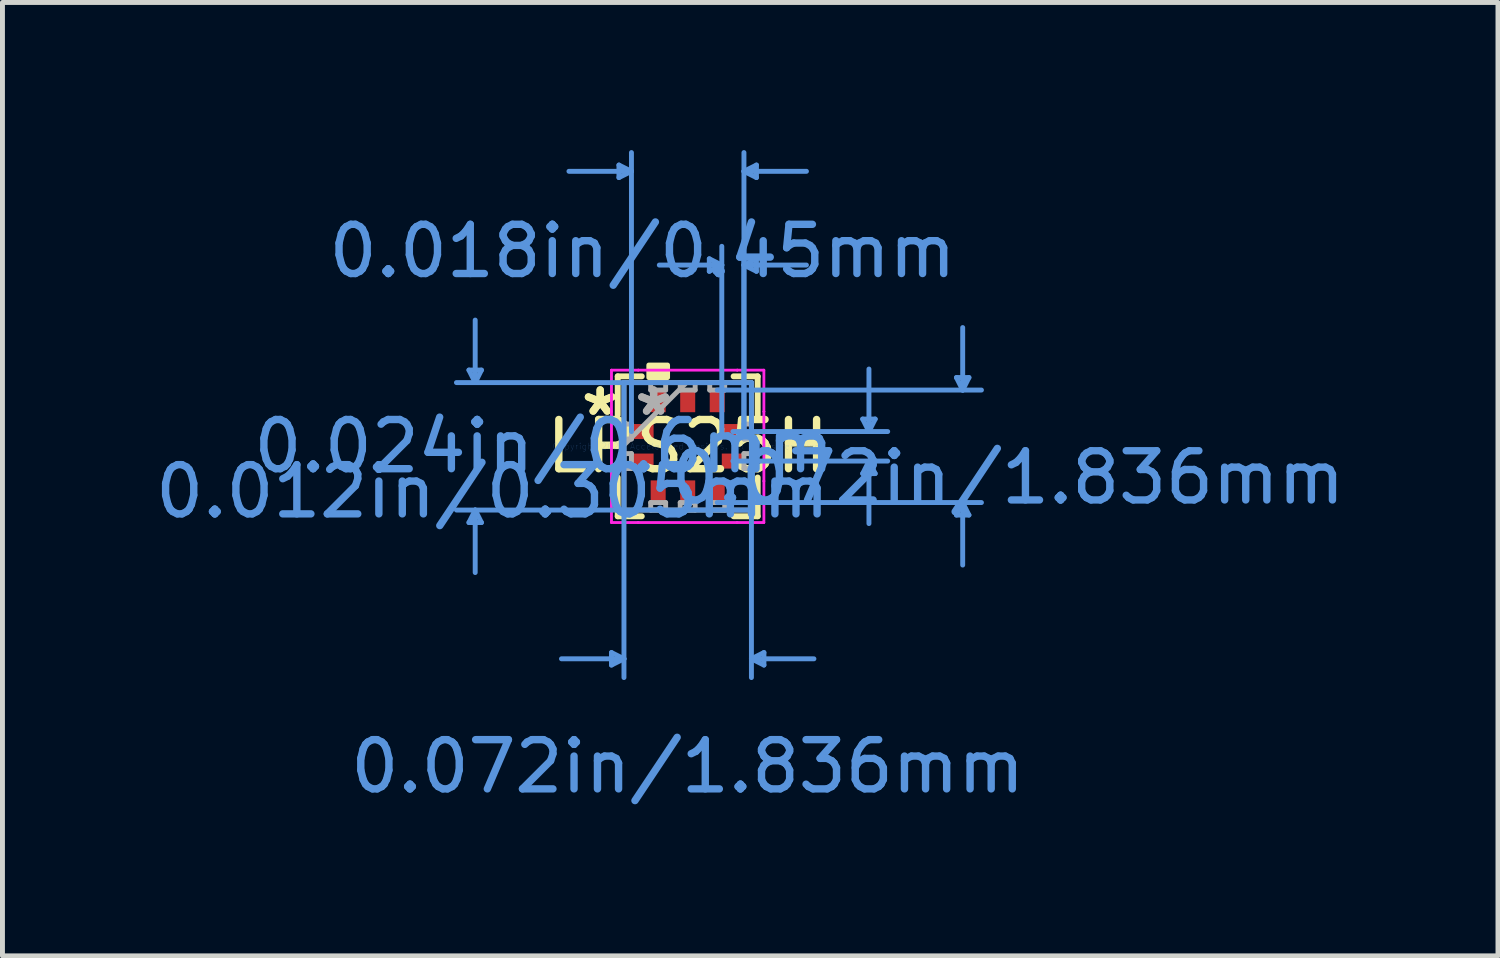
<source format=kicad_pcb>
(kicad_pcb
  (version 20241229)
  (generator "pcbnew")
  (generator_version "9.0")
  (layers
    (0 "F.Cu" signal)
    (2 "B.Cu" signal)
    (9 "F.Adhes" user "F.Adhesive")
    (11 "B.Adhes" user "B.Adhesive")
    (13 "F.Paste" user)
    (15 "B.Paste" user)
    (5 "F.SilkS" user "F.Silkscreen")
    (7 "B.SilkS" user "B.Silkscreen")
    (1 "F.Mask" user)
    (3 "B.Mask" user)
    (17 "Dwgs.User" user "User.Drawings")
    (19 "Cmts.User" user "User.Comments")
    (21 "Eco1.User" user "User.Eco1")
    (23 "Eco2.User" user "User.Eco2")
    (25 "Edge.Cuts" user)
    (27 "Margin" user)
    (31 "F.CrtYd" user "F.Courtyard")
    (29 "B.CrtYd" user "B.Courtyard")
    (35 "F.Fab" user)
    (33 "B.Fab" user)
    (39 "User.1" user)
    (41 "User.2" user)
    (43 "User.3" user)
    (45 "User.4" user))
  (footprint "LPS25H"
    (layer "F.Cu")
    (at 10.924 6.019)
    (property "Reference" "LPS25H" (at 0 0 0) (layer "F.SilkS") (effects (font (size 1 1) (thickness 0.15))))
    (attr through_hole)
    (fp_line (start -1.422 -1.422) (end -1.422 -0.633) (stroke (width 0.12) (type solid)) (layer "F.SilkS"))
    (fp_line (start -1.422 0.633) (end -1.422 1.422) (stroke (width 0.12) (type solid)) (layer "F.SilkS"))
    (fp_line (start -1.422 1.422) (end -0.933 1.422) (stroke (width 0.12) (type solid)) (layer "F.SilkS"))
    (fp_line (start -0.933 -1.422) (end -1.422 -1.422) (stroke (width 0.12) (type solid)) (layer "F.SilkS"))
    (fp_line (start 0.933 1.422) (end 1.422 1.422) (stroke (width 0.12) (type solid)) (layer "F.SilkS"))
    (fp_line (start 1.422 -1.422) (end 0.933 -1.422) (stroke (width 0.12) (type solid)) (layer "F.SilkS"))
    (fp_line (start 1.422 -0.633) (end 1.422 -1.422) (stroke (width 0.12) (type solid)) (layer "F.SilkS"))
    (fp_line (start 1.422 1.422) (end 1.422 0.633) (stroke (width 0.12) (type solid)) (layer "F.SilkS"))
    (fp_poly (pts (xy -0.79 -1.397) (xy -0.79 -1.651) (xy -0.409 -1.651) (xy -0.409 -1.397)) (stroke (width 0.1) (type solid)) (fill yes) (layer "F.SilkS"))
    (fp_line (start -4.445 -1.549) (end -4.191 -1.549) (stroke (width 0.1) (type solid)) (layer "Cmts.User"))
    (fp_line (start -4.445 1.549) (end -4.191 1.549) (stroke (width 0.1) (type solid)) (layer "Cmts.User"))
    (fp_line (start -4.318 -1.295) (end -4.445 -1.549) (stroke (width 0.1) (type solid)) (layer "Cmts.User"))
    (fp_line (start -4.318 -1.295) (end -4.318 -2.565) (stroke (width 0.1) (type solid)) (layer "Cmts.User"))
    (fp_line (start -4.318 -1.295) (end -4.191 -1.549) (stroke (width 0.1) (type solid)) (layer "Cmts.User"))
    (fp_line (start -4.318 1.295) (end -4.445 1.549) (stroke (width 0.1) (type solid)) (layer "Cmts.User"))
    (fp_line (start -4.318 1.295) (end -4.318 2.565) (stroke (width 0.1) (type solid)) (layer "Cmts.User"))
    (fp_line (start -4.318 1.295) (end -4.191 1.549) (stroke (width 0.1) (type solid)) (layer "Cmts.User"))
    (fp_line (start -1.549 4.191) (end -1.549 4.445) (stroke (width 0.1) (type solid)) (layer "Cmts.User"))
    (fp_line (start -1.397 -5.715) (end -1.397 -5.461) (stroke (width 0.1) (type solid)) (layer "Cmts.User"))
    (fp_line (start -1.295 -1.295) (end -1.295 4.699) (stroke (width 0.1) (type solid)) (layer "Cmts.User"))
    (fp_line (start -1.295 4.318) (end -2.565 4.318) (stroke (width 0.1) (type solid)) (layer "Cmts.User"))
    (fp_line (start -1.295 4.318) (end -1.549 4.191) (stroke (width 0.1) (type solid)) (layer "Cmts.User"))
    (fp_line (start -1.295 4.318) (end -1.549 4.445) (stroke (width 0.1) (type solid)) (layer "Cmts.User"))
    (fp_line (start -1.143 -5.588) (end -2.413 -5.588) (stroke (width 0.1) (type solid)) (layer "Cmts.User"))
    (fp_line (start -1.143 -5.588) (end -1.397 -5.715) (stroke (width 0.1) (type solid)) (layer "Cmts.User"))
    (fp_line (start -1.143 -5.588) (end -1.397 -5.461) (stroke (width 0.1) (type solid)) (layer "Cmts.User"))
    (fp_line (start -1.143 -0.3) (end -1.143 -5.969) (stroke (width 0.1) (type solid)) (layer "Cmts.User"))
    (fp_line (start 0.439 -3.81) (end 0.439 -3.556) (stroke (width 0.1) (type solid)) (layer "Cmts.User"))
    (fp_line (start 0.6 -1.143) (end 5.969 -1.143) (stroke (width 0.1) (type solid)) (layer "Cmts.User"))
    (fp_line (start 0.6 1.143) (end 5.969 1.143) (stroke (width 0.1) (type solid)) (layer "Cmts.User"))
    (fp_line (start 0.693 -3.683) (end -0.577 -3.683) (stroke (width 0.1) (type solid)) (layer "Cmts.User"))
    (fp_line (start 0.693 -3.683) (end 0.439 -3.81) (stroke (width 0.1) (type solid)) (layer "Cmts.User"))
    (fp_line (start 0.693 -3.683) (end 0.439 -3.556) (stroke (width 0.1) (type solid)) (layer "Cmts.User"))
    (fp_line (start 0.693 -0.3) (end 0.693 -4.064) (stroke (width 0.1) (type solid)) (layer "Cmts.User"))
    (fp_line (start 0.918 -0.3) (end 4.064 -0.3) (stroke (width 0.1) (type solid)) (layer "Cmts.User"))
    (fp_line (start 0.918 0.3) (end 4.064 0.3) (stroke (width 0.1) (type solid)) (layer "Cmts.User"))
    (fp_line (start 1.143 -5.588) (end 1.397 -5.715) (stroke (width 0.1) (type solid)) (layer "Cmts.User"))
    (fp_line (start 1.143 -5.588) (end 1.397 -5.461) (stroke (width 0.1) (type solid)) (layer "Cmts.User"))
    (fp_line (start 1.143 -5.588) (end 2.413 -5.588) (stroke (width 0.1) (type solid)) (layer "Cmts.User"))
    (fp_line (start 1.143 -3.683) (end 1.397 -3.81) (stroke (width 0.1) (type solid)) (layer "Cmts.User"))
    (fp_line (start 1.143 -3.683) (end 1.397 -3.556) (stroke (width 0.1) (type solid)) (layer "Cmts.User"))
    (fp_line (start 1.143 -3.683) (end 2.413 -3.683) (stroke (width 0.1) (type solid)) (layer "Cmts.User"))
    (fp_line (start 1.143 -0.3) (end 1.143 -5.969) (stroke (width 0.1) (type solid)) (layer "Cmts.User"))
    (fp_line (start 1.143 -0.3) (end 1.143 -4.064) (stroke (width 0.1) (type solid)) (layer "Cmts.User"))
    (fp_line (start 1.295 -1.295) (end -4.699 -1.295) (stroke (width 0.1) (type solid)) (layer "Cmts.User"))
    (fp_line (start 1.295 -1.295) (end 1.295 4.699) (stroke (width 0.1) (type solid)) (layer "Cmts.User"))
    (fp_line (start 1.295 1.295) (end -4.699 1.295) (stroke (width 0.1) (type solid)) (layer "Cmts.User"))
    (fp_line (start 1.295 4.318) (end 1.549 4.191) (stroke (width 0.1) (type solid)) (layer "Cmts.User"))
    (fp_line (start 1.295 4.318) (end 1.549 4.445) (stroke (width 0.1) (type solid)) (layer "Cmts.User"))
    (fp_line (start 1.295 4.318) (end 2.565 4.318) (stroke (width 0.1) (type solid)) (layer "Cmts.User"))
    (fp_line (start 1.397 -5.715) (end 1.397 -5.461) (stroke (width 0.1) (type solid)) (layer "Cmts.User"))
    (fp_line (start 1.397 -3.81) (end 1.397 -3.556) (stroke (width 0.1) (type solid)) (layer "Cmts.User"))
    (fp_line (start 1.549 4.191) (end 1.549 4.445) (stroke (width 0.1) (type solid)) (layer "Cmts.User"))
    (fp_line (start 3.556 -0.554) (end 3.81 -0.554) (stroke (width 0.1) (type solid)) (layer "Cmts.User"))
    (fp_line (start 3.556 0.554) (end 3.81 0.554) (stroke (width 0.1) (type solid)) (layer "Cmts.User"))
    (fp_line (start 3.683 -0.3) (end 3.556 -0.554) (stroke (width 0.1) (type solid)) (layer "Cmts.User"))
    (fp_line (start 3.683 -0.3) (end 3.683 -1.57) (stroke (width 0.1) (type solid)) (layer "Cmts.User"))
    (fp_line (start 3.683 -0.3) (end 3.81 -0.554) (stroke (width 0.1) (type solid)) (layer "Cmts.User"))
    (fp_line (start 3.683 0.3) (end 3.556 0.554) (stroke (width 0.1) (type solid)) (layer "Cmts.User"))
    (fp_line (start 3.683 0.3) (end 3.683 1.57) (stroke (width 0.1) (type solid)) (layer "Cmts.User"))
    (fp_line (start 3.683 0.3) (end 3.81 0.554) (stroke (width 0.1) (type solid)) (layer "Cmts.User"))
    (fp_line (start 5.461 -1.397) (end 5.715 -1.397) (stroke (width 0.1) (type solid)) (layer "Cmts.User"))
    (fp_line (start 5.461 1.397) (end 5.715 1.397) (stroke (width 0.1) (type solid)) (layer "Cmts.User"))
    (fp_line (start 5.588 -1.143) (end 5.461 -1.397) (stroke (width 0.1) (type solid)) (layer "Cmts.User"))
    (fp_line (start 5.588 -1.143) (end 5.588 -2.413) (stroke (width 0.1) (type solid)) (layer "Cmts.User"))
    (fp_line (start 5.588 -1.143) (end 5.715 -1.397) (stroke (width 0.1) (type solid)) (layer "Cmts.User"))
    (fp_line (start 5.588 1.143) (end 5.461 1.397) (stroke (width 0.1) (type solid)) (layer "Cmts.User"))
    (fp_line (start 5.588 1.143) (end 5.588 2.413) (stroke (width 0.1) (type solid)) (layer "Cmts.User"))
    (fp_line (start 5.588 1.143) (end 5.715 1.397) (stroke (width 0.1) (type solid)) (layer "Cmts.User"))
    (fp_line (start -1.549 -1.549) (end -1.006 -1.549) (stroke (width 0.05) (type solid)) (layer "F.CrtYd"))
    (fp_line (start -1.549 -1.549) (end -1.006 -1.549) (stroke (width 0.05) (type solid)) (layer "F.CrtYd"))
    (fp_line (start -1.549 -0.706) (end -1.549 -1.549) (stroke (width 0.05) (type solid)) (layer "F.CrtYd"))
    (fp_line (start -1.549 -0.706) (end -1.549 -1.549) (stroke (width 0.05) (type solid)) (layer "F.CrtYd"))
    (fp_line (start -1.549 -0.706) (end -1.549 -0.706) (stroke (width 0.05) (type solid)) (layer "F.CrtYd"))
    (fp_line (start -1.549 -0.706) (end -1.549 -0.706) (stroke (width 0.05) (type solid)) (layer "F.CrtYd"))
    (fp_line (start -1.549 0.706) (end -1.549 -0.706) (stroke (width 0.05) (type solid)) (layer "F.CrtYd"))
    (fp_line (start -1.549 0.706) (end -1.549 -0.706) (stroke (width 0.05) (type solid)) (layer "F.CrtYd"))
    (fp_line (start -1.549 0.706) (end -1.549 0.706) (stroke (width 0.05) (type solid)) (layer "F.CrtYd"))
    (fp_line (start -1.549 0.706) (end -1.549 0.706) (stroke (width 0.05) (type solid)) (layer "F.CrtYd"))
    (fp_line (start -1.549 1.549) (end -1.549 0.706) (stroke (width 0.05) (type solid)) (layer "F.CrtYd"))
    (fp_line (start -1.549 1.549) (end -1.549 0.706) (stroke (width 0.05) (type solid)) (layer "F.CrtYd"))
    (fp_line (start -1.006 -1.549) (end -1.006 -1.549) (stroke (width 0.05) (type solid)) (layer "F.CrtYd"))
    (fp_line (start -1.006 -1.549) (end -1.006 -1.549) (stroke (width 0.05) (type solid)) (layer "F.CrtYd"))
    (fp_line (start -1.006 -1.549) (end 1.006 -1.549) (stroke (width 0.05) (type solid)) (layer "F.CrtYd"))
    (fp_line (start -1.006 -1.549) (end 1.006 -1.549) (stroke (width 0.05) (type solid)) (layer "F.CrtYd"))
    (fp_line (start -1.006 1.549) (end -1.549 1.549) (stroke (width 0.05) (type solid)) (layer "F.CrtYd"))
    (fp_line (start -1.006 1.549) (end -1.549 1.549) (stroke (width 0.05) (type solid)) (layer "F.CrtYd"))
    (fp_line (start -1.006 1.549) (end -1.006 1.549) (stroke (width 0.05) (type solid)) (layer "F.CrtYd"))
    (fp_line (start -1.006 1.549) (end -1.006 1.549) (stroke (width 0.05) (type solid)) (layer "F.CrtYd"))
    (fp_line (start 1.006 -1.549) (end 1.006 -1.549) (stroke (width 0.05) (type solid)) (layer "F.CrtYd"))
    (fp_line (start 1.006 -1.549) (end 1.006 -1.549) (stroke (width 0.05) (type solid)) (layer "F.CrtYd"))
    (fp_line (start 1.006 -1.549) (end 1.549 -1.549) (stroke (width 0.05) (type solid)) (layer "F.CrtYd"))
    (fp_line (start 1.006 -1.549) (end 1.549 -1.549) (stroke (width 0.05) (type solid)) (layer "F.CrtYd"))
    (fp_line (start 1.006 1.549) (end -1.006 1.549) (stroke (width 0.05) (type solid)) (layer "F.CrtYd"))
    (fp_line (start 1.006 1.549) (end -1.006 1.549) (stroke (width 0.05) (type solid)) (layer "F.CrtYd"))
    (fp_line (start 1.006 1.549) (end 1.006 1.549) (stroke (width 0.05) (type solid)) (layer "F.CrtYd"))
    (fp_line (start 1.006 1.549) (end 1.006 1.549) (stroke (width 0.05) (type solid)) (layer "F.CrtYd"))
    (fp_line (start 1.549 -1.549) (end 1.549 -0.706) (stroke (width 0.05) (type solid)) (layer "F.CrtYd"))
    (fp_line (start 1.549 -1.549) (end 1.549 -0.706) (stroke (width 0.05) (type solid)) (layer "F.CrtYd"))
    (fp_line (start 1.549 -0.706) (end 1.549 -0.706) (stroke (width 0.05) (type solid)) (layer "F.CrtYd"))
    (fp_line (start 1.549 -0.706) (end 1.549 -0.706) (stroke (width 0.05) (type solid)) (layer "F.CrtYd"))
    (fp_line (start 1.549 -0.706) (end 1.549 0.706) (stroke (width 0.05) (type solid)) (layer "F.CrtYd"))
    (fp_line (start 1.549 -0.706) (end 1.549 0.706) (stroke (width 0.05) (type solid)) (layer "F.CrtYd"))
    (fp_line (start 1.549 0.706) (end 1.549 0.706) (stroke (width 0.05) (type solid)) (layer "F.CrtYd"))
    (fp_line (start 1.549 0.706) (end 1.549 0.706) (stroke (width 0.05) (type solid)) (layer "F.CrtYd"))
    (fp_line (start 1.549 0.706) (end 1.549 1.549) (stroke (width 0.05) (type solid)) (layer "F.CrtYd"))
    (fp_line (start 1.549 0.706) (end 1.549 1.549) (stroke (width 0.05) (type solid)) (layer "F.CrtYd"))
    (fp_line (start 1.549 1.549) (end 1.006 1.549) (stroke (width 0.05) (type solid)) (layer "F.CrtYd"))
    (fp_line (start 1.549 1.549) (end 1.006 1.549) (stroke (width 0.05) (type solid)) (layer "F.CrtYd"))
    (fp_line (start -1.295 -1.295) (end -1.295 -1.295) (stroke (width 0.1) (type solid)) (layer "F.Fab"))
    (fp_line (start -1.295 -1.295) (end -1.295 1.295) (stroke (width 0.1) (type solid)) (layer "F.Fab"))
    (fp_line (start -1.295 -0.452) (end -1.143 -0.452) (stroke (width 0.1) (type solid)) (layer "F.Fab"))
    (fp_line (start -1.295 -0.148) (end -1.295 -0.452) (stroke (width 0.1) (type solid)) (layer "F.Fab"))
    (fp_line (start -1.295 -0.025) (end -0.025 -1.295) (stroke (width 0.1) (type solid)) (layer "F.Fab"))
    (fp_line (start -1.295 0.148) (end -1.143 0.148) (stroke (width 0.1) (type solid)) (layer "F.Fab"))
    (fp_line (start -1.295 0.452) (end -1.295 0.148) (stroke (width 0.1) (type solid)) (layer "F.Fab"))
    (fp_line (start -1.295 1.295) (end -1.295 1.295) (stroke (width 0.1) (type solid)) (layer "F.Fab"))
    (fp_line (start -1.295 1.295) (end 1.295 1.295) (stroke (width 0.1) (type solid)) (layer "F.Fab"))
    (fp_line (start -1.143 -0.452) (end -1.143 -0.148) (stroke (width 0.1) (type solid)) (layer "F.Fab"))
    (fp_line (start -1.143 -0.148) (end -1.295 -0.148) (stroke (width 0.1) (type solid)) (layer "F.Fab"))
    (fp_line (start -1.143 0.148) (end -1.143 0.452) (stroke (width 0.1) (type solid)) (layer "F.Fab"))
    (fp_line (start -1.143 0.452) (end -1.295 0.452) (stroke (width 0.1) (type solid)) (layer "F.Fab"))
    (fp_line (start -0.752 -1.295) (end -0.448 -1.295) (stroke (width 0.1) (type solid)) (layer "F.Fab"))
    (fp_line (start -0.752 -1.143) (end -0.752 -1.295) (stroke (width 0.1) (type solid)) (layer "F.Fab"))
    (fp_line (start -0.752 1.143) (end -0.448 1.143) (stroke (width 0.1) (type solid)) (layer "F.Fab"))
    (fp_line (start -0.752 1.295) (end -0.752 1.143) (stroke (width 0.1) (type solid)) (layer "F.Fab"))
    (fp_line (start -0.448 -1.295) (end -0.448 -1.143) (stroke (width 0.1) (type solid)) (layer "F.Fab"))
    (fp_line (start -0.448 -1.143) (end -0.752 -1.143) (stroke (width 0.1) (type solid)) (layer "F.Fab"))
    (fp_line (start -0.448 1.143) (end -0.448 1.295) (stroke (width 0.1) (type solid)) (layer "F.Fab"))
    (fp_line (start -0.448 1.295) (end -0.752 1.295) (stroke (width 0.1) (type solid)) (layer "F.Fab"))
    (fp_line (start -0.152 -1.295) (end 0.152 -1.295) (stroke (width 0.1) (type solid)) (layer "F.Fab"))
    (fp_line (start -0.152 -1.143) (end -0.152 -1.295) (stroke (width 0.1) (type solid)) (layer "F.Fab"))
    (fp_line (start -0.152 1.143) (end 0.152 1.143) (stroke (width 0.1) (type solid)) (layer "F.Fab"))
    (fp_line (start -0.152 1.295) (end -0.152 1.143) (stroke (width 0.1) (type solid)) (layer "F.Fab"))
    (fp_line (start 0.152 -1.295) (end 0.152 -1.143) (stroke (width 0.1) (type solid)) (layer "F.Fab"))
    (fp_line (start 0.152 -1.143) (end -0.152 -1.143) (stroke (width 0.1) (type solid)) (layer "F.Fab"))
    (fp_line (start 0.152 1.143) (end 0.152 1.295) (stroke (width 0.1) (type solid)) (layer "F.Fab"))
    (fp_line (start 0.152 1.295) (end -0.152 1.295) (stroke (width 0.1) (type solid)) (layer "F.Fab"))
    (fp_line (start 0.448 -1.295) (end 0.752 -1.295) (stroke (width 0.1) (type solid)) (layer "F.Fab"))
    (fp_line (start 0.448 -1.143) (end 0.448 -1.295) (stroke (width 0.1) (type solid)) (layer "F.Fab"))
    (fp_line (start 0.448 1.143) (end 0.752 1.143) (stroke (width 0.1) (type solid)) (layer "F.Fab"))
    (fp_line (start 0.448 1.295) (end 0.448 1.143) (stroke (width 0.1) (type solid)) (layer "F.Fab"))
    (fp_line (start 0.752 -1.295) (end 0.752 -1.143) (stroke (width 0.1) (type solid)) (layer "F.Fab"))
    (fp_line (start 0.752 -1.143) (end 0.448 -1.143) (stroke (width 0.1) (type solid)) (layer "F.Fab"))
    (fp_line (start 0.752 1.143) (end 0.752 1.295) (stroke (width 0.1) (type solid)) (layer "F.Fab"))
    (fp_line (start 0.752 1.295) (end 0.448 1.295) (stroke (width 0.1) (type solid)) (layer "F.Fab"))
    (fp_line (start 1.143 -0.452) (end 1.295 -0.452) (stroke (width 0.1) (type solid)) (layer "F.Fab"))
    (fp_line (start 1.143 -0.148) (end 1.143 -0.452) (stroke (width 0.1) (type solid)) (layer "F.Fab"))
    (fp_line (start 1.143 0.148) (end 1.295 0.148) (stroke (width 0.1) (type solid)) (layer "F.Fab"))
    (fp_line (start 1.143 0.452) (end 1.143 0.148) (stroke (width 0.1) (type solid)) (layer "F.Fab"))
    (fp_line (start 1.295 -1.295) (end -1.295 -1.295) (stroke (width 0.1) (type solid)) (layer "F.Fab"))
    (fp_line (start 1.295 -1.295) (end 1.295 -1.295) (stroke (width 0.1) (type solid)) (layer "F.Fab"))
    (fp_line (start 1.295 -0.452) (end 1.295 -0.148) (stroke (width 0.1) (type solid)) (layer "F.Fab"))
    (fp_line (start 1.295 -0.148) (end 1.143 -0.148) (stroke (width 0.1) (type solid)) (layer "F.Fab"))
    (fp_line (start 1.295 0.148) (end 1.295 0.452) (stroke (width 0.1) (type solid)) (layer "F.Fab"))
    (fp_line (start 1.295 0.452) (end 1.143 0.452) (stroke (width 0.1) (type solid)) (layer "F.Fab"))
    (fp_line (start 1.295 1.295) (end 1.295 -1.295) (stroke (width 0.1) (type solid)) (layer "F.Fab"))
    (fp_line (start 1.295 1.295) (end 1.295 1.295) (stroke (width 0.1) (type solid)) (layer "F.Fab"))
    (fp_text user "*" (at -1.778 -0.6 0) (layer "F.SilkS") (effects (font (size 1 1) (thickness 0.15))))
    (fp_text user "*" (at -1.778 -0.6 0) (layer "F.SilkS") (effects (font (size 1 1) (thickness 0.15))))
    (fp_text user "0.012in/0.305mm" (at -3.966 0.918 0) (layer "Cmts.User") (effects (font (size 1 1) (thickness 0.15))))
    (fp_text user "Copyright 2021 Accelerated Designs. All rights reserved." (at 0 0 0) (layer "Cmts.User") (effects (font (size 0.127 0.127) (thickness 0.002))))
    (fp_text user "0.024in/0.6mm" (at -2.921 0 0) (layer "Cmts.User") (effects (font (size 1 1) (thickness 0.15))))
    (fp_text user "0.072in/1.836mm" (at 0 6.506 0) (layer "Cmts.User") (effects (font (size 1 1) (thickness 0.15))))
    (fp_text user "0.072in/1.836mm" (at 6.506 0.635 0) (layer "Cmts.User") (effects (font (size 1 1) (thickness 0.15))))
    (fp_text user "0.018in/0.45mm" (at -0.918 -3.966 0) (layer "Cmts.User") (effects (font (size 1 1) (thickness 0.15))))
    (fp_text user "*" (at -0.693 -0.6 0) (layer "F.Fab") (effects (font (size 1 1) (thickness 0.15))))
    (fp_text user "*" (at -0.693 -0.6 0) (layer "F.Fab") (effects (font (size 1 1) (thickness 0.15))))
    (pad "1" smd rect (at -0.918 -0.3 90) (size 0.305 0.45) (layers "F.Cu" "F.Mask" "F.Paste"))
    (pad "2" smd rect (at -0.918 0.3 90) (size 0.305 0.45) (layers "F.Cu" "F.Mask" "F.Paste"))
    (pad "3" smd rect (at -0.6 0.918) (size 0.305 0.45) (layers "F.Cu" "F.Mask" "F.Paste"))
    (pad "4" smd rect (at 0 0.918) (size 0.305 0.45) (layers "F.Cu" "F.Mask" "F.Paste"))
    (pad "5" smd rect (at 0.6 0.918) (size 0.305 0.45) (layers "F.Cu" "F.Mask" "F.Paste"))
    (pad "6" smd rect (at 0.918 0.3 90) (size 0.305 0.45) (layers "F.Cu" "F.Mask" "F.Paste"))
    (pad "7" smd rect (at 0.918 -0.3 90) (size 0.305 0.45) (layers "F.Cu" "F.Mask" "F.Paste"))
    (pad "8" smd rect (at 0.6 -0.918) (size 0.305 0.45) (layers "F.Cu" "F.Mask" "F.Paste"))
    (pad "9" smd rect (at 0 -0.918) (size 0.305 0.45) (layers "F.Cu" "F.Mask" "F.Paste"))
    (pad "10" smd rect (at -0.6 -0.918) (size 0.305 0.45) (layers "F.Cu" "F.Mask" "F.Paste")))
  (gr_rect
    (start -3 -3)
    (end 27.389 16.373)
    (stroke (width 0.1) (type default))
    (fill no)
    (layer "Edge.Cuts")))
</source>
